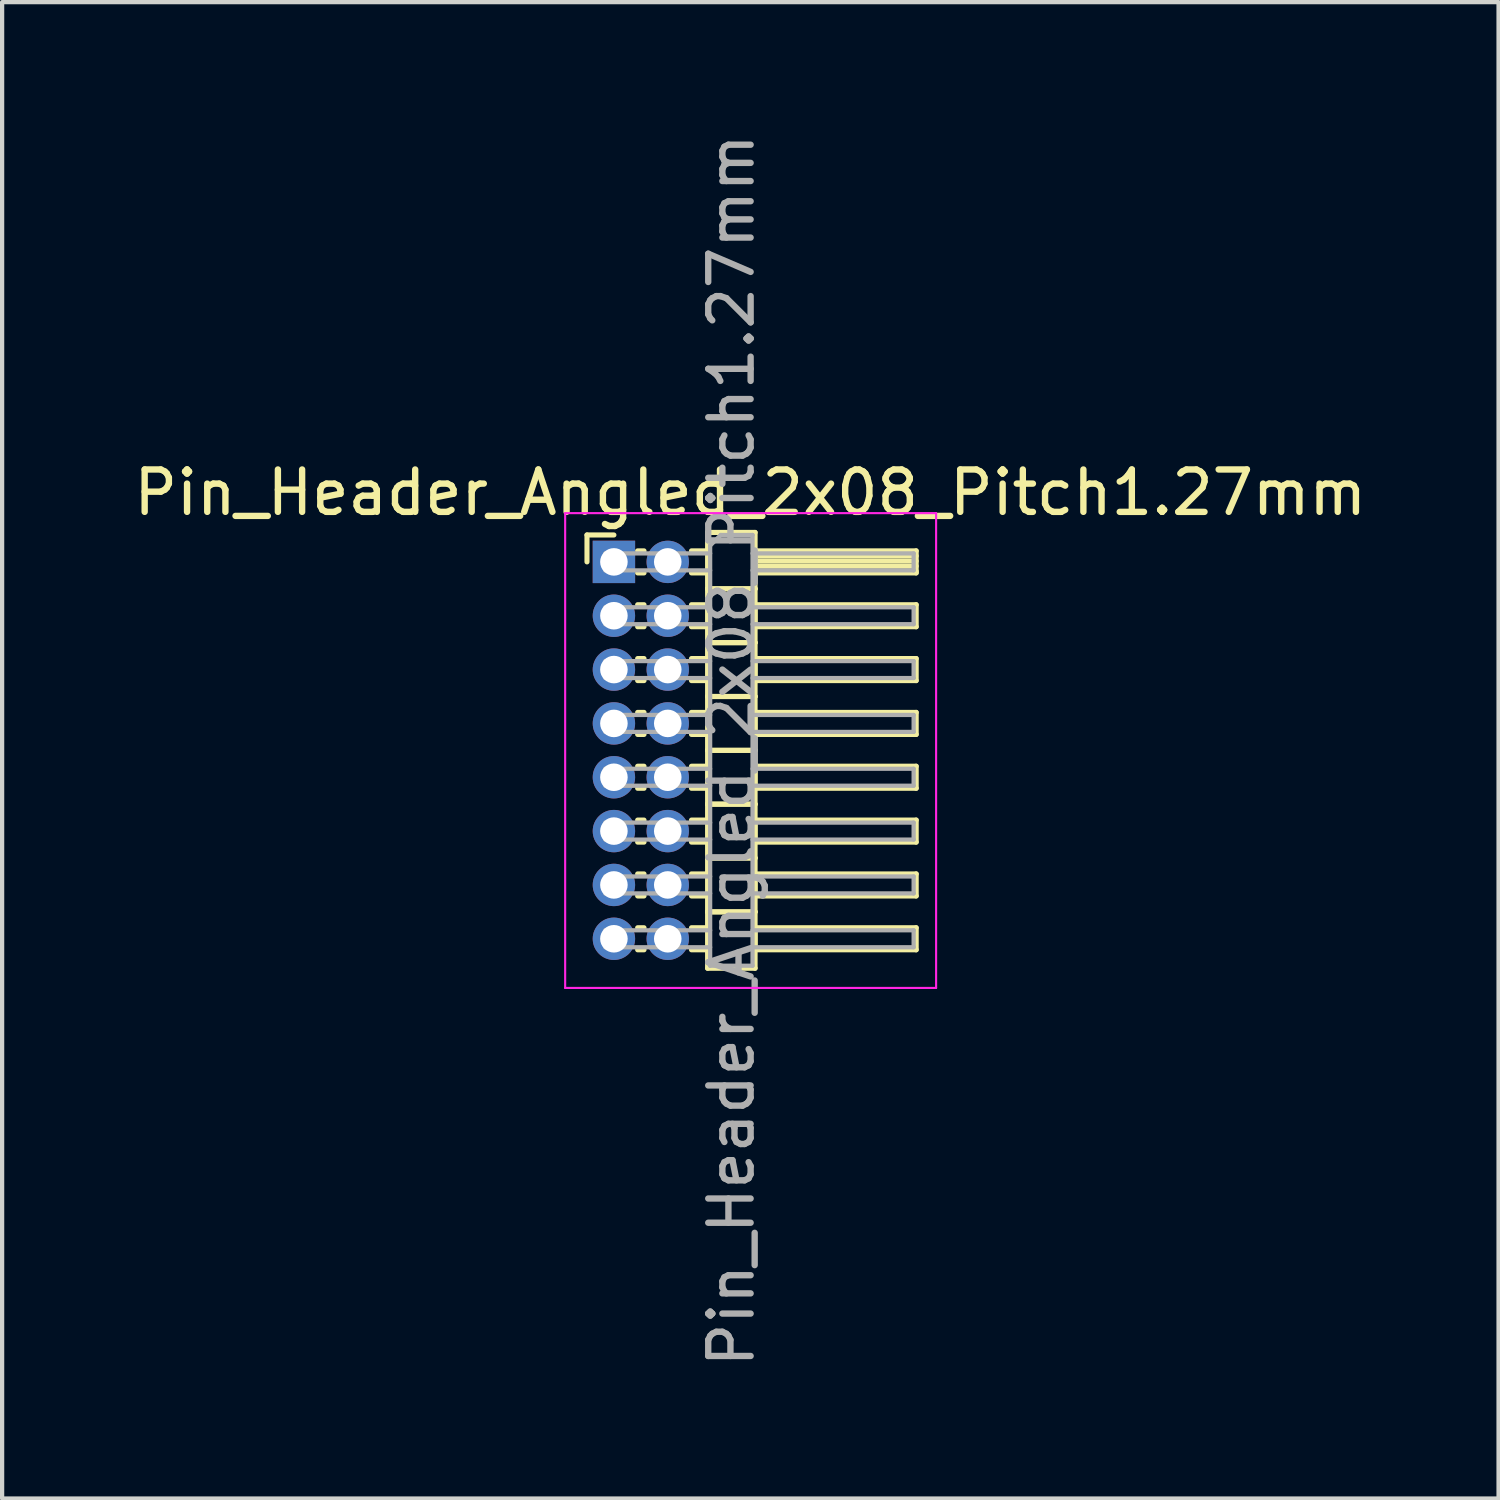
<source format=kicad_pcb>
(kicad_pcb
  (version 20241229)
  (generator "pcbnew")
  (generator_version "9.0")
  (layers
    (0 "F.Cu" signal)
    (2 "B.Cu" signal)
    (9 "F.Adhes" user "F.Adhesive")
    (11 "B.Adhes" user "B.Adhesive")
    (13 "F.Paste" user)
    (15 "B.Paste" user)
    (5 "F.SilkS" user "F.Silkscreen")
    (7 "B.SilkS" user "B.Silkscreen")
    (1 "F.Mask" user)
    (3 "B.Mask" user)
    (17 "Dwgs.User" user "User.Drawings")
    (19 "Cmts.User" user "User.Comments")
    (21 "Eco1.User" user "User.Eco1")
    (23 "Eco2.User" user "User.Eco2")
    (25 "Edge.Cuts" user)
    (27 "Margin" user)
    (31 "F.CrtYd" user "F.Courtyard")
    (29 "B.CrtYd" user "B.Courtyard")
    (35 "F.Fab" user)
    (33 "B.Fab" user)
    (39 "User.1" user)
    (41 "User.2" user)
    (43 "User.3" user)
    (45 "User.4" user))
  (footprint "Pin_Header_Angled_2x08_Pitch1.27mm"
    (layer "F.Cu")
    (at 11.431 10.204)
    (property "Reference" "Pin_Header_Angled_2x08_Pitch1.27mm" (at 3.217 -1.635 0) (layer "F.SilkS") (effects (font (size 1 1) (thickness 0.15))))
    (attr through_hole)
    (fp_line (start -0.635 -0.635) (end 0 -0.635) (stroke (width 0.12) (type solid)) (layer "F.SilkS"))
    (fp_line (start -0.635 0) (end -0.635 -0.635) (stroke (width 0.12) (type solid)) (layer "F.SilkS"))
    (fp_line (start 0.56 -0.26) (end 0.71 -0.26) (stroke (width 0.12) (type solid)) (layer "F.SilkS"))
    (fp_line (start 0.56 0.26) (end 0.71 0.26) (stroke (width 0.12) (type solid)) (layer "F.SilkS"))
    (fp_line (start 0.56 1.01) (end 0.71 1.01) (stroke (width 0.12) (type solid)) (layer "F.SilkS"))
    (fp_line (start 0.56 1.53) (end 0.71 1.53) (stroke (width 0.12) (type solid)) (layer "F.SilkS"))
    (fp_line (start 0.56 2.28) (end 0.71 2.28) (stroke (width 0.12) (type solid)) (layer "F.SilkS"))
    (fp_line (start 0.56 2.8) (end 0.71 2.8) (stroke (width 0.12) (type solid)) (layer "F.SilkS"))
    (fp_line (start 0.56 3.55) (end 0.71 3.55) (stroke (width 0.12) (type solid)) (layer "F.SilkS"))
    (fp_line (start 0.56 4.07) (end 0.71 4.07) (stroke (width 0.12) (type solid)) (layer "F.SilkS"))
    (fp_line (start 0.56 4.82) (end 0.71 4.82) (stroke (width 0.12) (type solid)) (layer "F.SilkS"))
    (fp_line (start 0.56 5.34) (end 0.71 5.34) (stroke (width 0.12) (type solid)) (layer "F.SilkS"))
    (fp_line (start 0.56 6.09) (end 0.71 6.09) (stroke (width 0.12) (type solid)) (layer "F.SilkS"))
    (fp_line (start 0.56 6.61) (end 0.71 6.61) (stroke (width 0.12) (type solid)) (layer "F.SilkS"))
    (fp_line (start 0.56 7.36) (end 0.71 7.36) (stroke (width 0.12) (type solid)) (layer "F.SilkS"))
    (fp_line (start 0.56 7.88) (end 0.71 7.88) (stroke (width 0.12) (type solid)) (layer "F.SilkS"))
    (fp_line (start 0.56 8.63) (end 0.71 8.63) (stroke (width 0.12) (type solid)) (layer "F.SilkS"))
    (fp_line (start 0.56 9.15) (end 0.71 9.15) (stroke (width 0.12) (type solid)) (layer "F.SilkS"))
    (fp_line (start 1.83 -0.26) (end 2.21 -0.26) (stroke (width 0.12) (type solid)) (layer "F.SilkS"))
    (fp_line (start 1.83 0.26) (end 2.21 0.26) (stroke (width 0.12) (type solid)) (layer "F.SilkS"))
    (fp_line (start 1.83 1.01) (end 2.21 1.01) (stroke (width 0.12) (type solid)) (layer "F.SilkS"))
    (fp_line (start 1.83 1.53) (end 2.21 1.53) (stroke (width 0.12) (type solid)) (layer "F.SilkS"))
    (fp_line (start 1.83 2.28) (end 2.21 2.28) (stroke (width 0.12) (type solid)) (layer "F.SilkS"))
    (fp_line (start 1.83 2.8) (end 2.21 2.8) (stroke (width 0.12) (type solid)) (layer "F.SilkS"))
    (fp_line (start 1.83 3.55) (end 2.21 3.55) (stroke (width 0.12) (type solid)) (layer "F.SilkS"))
    (fp_line (start 1.83 4.07) (end 2.21 4.07) (stroke (width 0.12) (type solid)) (layer "F.SilkS"))
    (fp_line (start 1.83 4.82) (end 2.21 4.82) (stroke (width 0.12) (type solid)) (layer "F.SilkS"))
    (fp_line (start 1.83 5.34) (end 2.21 5.34) (stroke (width 0.12) (type solid)) (layer "F.SilkS"))
    (fp_line (start 1.83 6.09) (end 2.21 6.09) (stroke (width 0.12) (type solid)) (layer "F.SilkS"))
    (fp_line (start 1.83 6.61) (end 2.21 6.61) (stroke (width 0.12) (type solid)) (layer "F.SilkS"))
    (fp_line (start 1.83 7.36) (end 2.21 7.36) (stroke (width 0.12) (type solid)) (layer "F.SilkS"))
    (fp_line (start 1.83 7.88) (end 2.21 7.88) (stroke (width 0.12) (type solid)) (layer "F.SilkS"))
    (fp_line (start 1.83 8.63) (end 2.21 8.63) (stroke (width 0.12) (type solid)) (layer "F.SilkS"))
    (fp_line (start 1.83 9.15) (end 2.21 9.15) (stroke (width 0.12) (type solid)) (layer "F.SilkS"))
    (fp_line (start 2.21 -0.695) (end 2.21 0.635) (stroke (width 0.12) (type solid)) (layer "F.SilkS"))
    (fp_line (start 2.21 0.635) (end 2.21 1.905) (stroke (width 0.12) (type solid)) (layer "F.SilkS"))
    (fp_line (start 2.21 0.635) (end 3.33 0.635) (stroke (width 0.12) (type solid)) (layer "F.SilkS"))
    (fp_line (start 2.21 1.905) (end 2.21 3.175) (stroke (width 0.12) (type solid)) (layer "F.SilkS"))
    (fp_line (start 2.21 1.905) (end 3.33 1.905) (stroke (width 0.12) (type solid)) (layer "F.SilkS"))
    (fp_line (start 2.21 3.175) (end 2.21 4.445) (stroke (width 0.12) (type solid)) (layer "F.SilkS"))
    (fp_line (start 2.21 3.175) (end 3.33 3.175) (stroke (width 0.12) (type solid)) (layer "F.SilkS"))
    (fp_line (start 2.21 4.445) (end 2.21 5.715) (stroke (width 0.12) (type solid)) (layer "F.SilkS"))
    (fp_line (start 2.21 4.445) (end 3.33 4.445) (stroke (width 0.12) (type solid)) (layer "F.SilkS"))
    (fp_line (start 2.21 5.715) (end 2.21 6.985) (stroke (width 0.12) (type solid)) (layer "F.SilkS"))
    (fp_line (start 2.21 5.715) (end 3.33 5.715) (stroke (width 0.12) (type solid)) (layer "F.SilkS"))
    (fp_line (start 2.21 6.985) (end 2.21 8.255) (stroke (width 0.12) (type solid)) (layer "F.SilkS"))
    (fp_line (start 2.21 6.985) (end 3.33 6.985) (stroke (width 0.12) (type solid)) (layer "F.SilkS"))
    (fp_line (start 2.21 8.255) (end 2.21 9.585) (stroke (width 0.12) (type solid)) (layer "F.SilkS"))
    (fp_line (start 2.21 8.255) (end 3.33 8.255) (stroke (width 0.12) (type solid)) (layer "F.SilkS"))
    (fp_line (start 2.21 9.585) (end 3.33 9.585) (stroke (width 0.12) (type solid)) (layer "F.SilkS"))
    (fp_line (start 3.33 -0.695) (end 2.21 -0.695) (stroke (width 0.12) (type solid)) (layer "F.SilkS"))
    (fp_line (start 3.33 -0.26) (end 3.33 0.26) (stroke (width 0.12) (type solid)) (layer "F.SilkS"))
    (fp_line (start 3.33 -0.14) (end 7.13 -0.14) (stroke (width 0.12) (type solid)) (layer "F.SilkS"))
    (fp_line (start 3.33 -0.02) (end 7.13 -0.02) (stroke (width 0.12) (type solid)) (layer "F.SilkS"))
    (fp_line (start 3.33 0.1) (end 7.13 0.1) (stroke (width 0.12) (type solid)) (layer "F.SilkS"))
    (fp_line (start 3.33 0.22) (end 7.13 0.22) (stroke (width 0.12) (type solid)) (layer "F.SilkS"))
    (fp_line (start 3.33 0.26) (end 7.13 0.26) (stroke (width 0.12) (type solid)) (layer "F.SilkS"))
    (fp_line (start 3.33 0.635) (end 2.21 0.635) (stroke (width 0.12) (type solid)) (layer "F.SilkS"))
    (fp_line (start 3.33 0.635) (end 3.33 -0.695) (stroke (width 0.12) (type solid)) (layer "F.SilkS"))
    (fp_line (start 3.33 1.01) (end 3.33 1.53) (stroke (width 0.12) (type solid)) (layer "F.SilkS"))
    (fp_line (start 3.33 1.53) (end 7.13 1.53) (stroke (width 0.12) (type solid)) (layer "F.SilkS"))
    (fp_line (start 3.33 1.905) (end 2.21 1.905) (stroke (width 0.12) (type solid)) (layer "F.SilkS"))
    (fp_line (start 3.33 1.905) (end 3.33 0.635) (stroke (width 0.12) (type solid)) (layer "F.SilkS"))
    (fp_line (start 3.33 2.28) (end 3.33 2.8) (stroke (width 0.12) (type solid)) (layer "F.SilkS"))
    (fp_line (start 3.33 2.8) (end 7.13 2.8) (stroke (width 0.12) (type solid)) (layer "F.SilkS"))
    (fp_line (start 3.33 3.175) (end 2.21 3.175) (stroke (width 0.12) (type solid)) (layer "F.SilkS"))
    (fp_line (start 3.33 3.175) (end 3.33 1.905) (stroke (width 0.12) (type solid)) (layer "F.SilkS"))
    (fp_line (start 3.33 3.55) (end 3.33 4.07) (stroke (width 0.12) (type solid)) (layer "F.SilkS"))
    (fp_line (start 3.33 4.07) (end 7.13 4.07) (stroke (width 0.12) (type solid)) (layer "F.SilkS"))
    (fp_line (start 3.33 4.445) (end 2.21 4.445) (stroke (width 0.12) (type solid)) (layer "F.SilkS"))
    (fp_line (start 3.33 4.445) (end 3.33 3.175) (stroke (width 0.12) (type solid)) (layer "F.SilkS"))
    (fp_line (start 3.33 4.82) (end 3.33 5.34) (stroke (width 0.12) (type solid)) (layer "F.SilkS"))
    (fp_line (start 3.33 5.34) (end 7.13 5.34) (stroke (width 0.12) (type solid)) (layer "F.SilkS"))
    (fp_line (start 3.33 5.715) (end 2.21 5.715) (stroke (width 0.12) (type solid)) (layer "F.SilkS"))
    (fp_line (start 3.33 5.715) (end 3.33 4.445) (stroke (width 0.12) (type solid)) (layer "F.SilkS"))
    (fp_line (start 3.33 6.09) (end 3.33 6.61) (stroke (width 0.12) (type solid)) (layer "F.SilkS"))
    (fp_line (start 3.33 6.61) (end 7.13 6.61) (stroke (width 0.12) (type solid)) (layer "F.SilkS"))
    (fp_line (start 3.33 6.985) (end 2.21 6.985) (stroke (width 0.12) (type solid)) (layer "F.SilkS"))
    (fp_line (start 3.33 6.985) (end 3.33 5.715) (stroke (width 0.12) (type solid)) (layer "F.SilkS"))
    (fp_line (start 3.33 7.36) (end 3.33 7.88) (stroke (width 0.12) (type solid)) (layer "F.SilkS"))
    (fp_line (start 3.33 7.88) (end 7.13 7.88) (stroke (width 0.12) (type solid)) (layer "F.SilkS"))
    (fp_line (start 3.33 8.255) (end 2.21 8.255) (stroke (width 0.12) (type solid)) (layer "F.SilkS"))
    (fp_line (start 3.33 8.255) (end 3.33 6.985) (stroke (width 0.12) (type solid)) (layer "F.SilkS"))
    (fp_line (start 3.33 8.63) (end 3.33 9.15) (stroke (width 0.12) (type solid)) (layer "F.SilkS"))
    (fp_line (start 3.33 9.15) (end 7.13 9.15) (stroke (width 0.12) (type solid)) (layer "F.SilkS"))
    (fp_line (start 3.33 9.585) (end 3.33 8.255) (stroke (width 0.12) (type solid)) (layer "F.SilkS"))
    (fp_line (start 7.13 -0.26) (end 3.33 -0.26) (stroke (width 0.12) (type solid)) (layer "F.SilkS"))
    (fp_line (start 7.13 0.26) (end 7.13 -0.26) (stroke (width 0.12) (type solid)) (layer "F.SilkS"))
    (fp_line (start 7.13 1.01) (end 3.33 1.01) (stroke (width 0.12) (type solid)) (layer "F.SilkS"))
    (fp_line (start 7.13 1.53) (end 7.13 1.01) (stroke (width 0.12) (type solid)) (layer "F.SilkS"))
    (fp_line (start 7.13 2.28) (end 3.33 2.28) (stroke (width 0.12) (type solid)) (layer "F.SilkS"))
    (fp_line (start 7.13 2.8) (end 7.13 2.28) (stroke (width 0.12) (type solid)) (layer "F.SilkS"))
    (fp_line (start 7.13 3.55) (end 3.33 3.55) (stroke (width 0.12) (type solid)) (layer "F.SilkS"))
    (fp_line (start 7.13 4.07) (end 7.13 3.55) (stroke (width 0.12) (type solid)) (layer "F.SilkS"))
    (fp_line (start 7.13 4.82) (end 3.33 4.82) (stroke (width 0.12) (type solid)) (layer "F.SilkS"))
    (fp_line (start 7.13 5.34) (end 7.13 4.82) (stroke (width 0.12) (type solid)) (layer "F.SilkS"))
    (fp_line (start 7.13 6.09) (end 3.33 6.09) (stroke (width 0.12) (type solid)) (layer "F.SilkS"))
    (fp_line (start 7.13 6.61) (end 7.13 6.09) (stroke (width 0.12) (type solid)) (layer "F.SilkS"))
    (fp_line (start 7.13 7.36) (end 3.33 7.36) (stroke (width 0.12) (type solid)) (layer "F.SilkS"))
    (fp_line (start 7.13 7.88) (end 7.13 7.36) (stroke (width 0.12) (type solid)) (layer "F.SilkS"))
    (fp_line (start 7.13 8.63) (end 3.33 8.63) (stroke (width 0.12) (type solid)) (layer "F.SilkS"))
    (fp_line (start 7.13 9.15) (end 7.13 8.63) (stroke (width 0.12) (type solid)) (layer "F.SilkS"))
    (fp_line (start -1.15 -1.15) (end -1.15 10.05) (stroke (width 0.05) (type solid)) (layer "F.CrtYd"))
    (fp_line (start -1.15 10.05) (end 7.6 10.05) (stroke (width 0.05) (type solid)) (layer "F.CrtYd"))
    (fp_line (start 7.6 -1.15) (end -1.15 -1.15) (stroke (width 0.05) (type solid)) (layer "F.CrtYd"))
    (fp_line (start 7.6 10.05) (end 7.6 -1.15) (stroke (width 0.05) (type solid)) (layer "F.CrtYd"))
    (fp_line (start -0.2 -0.2) (end -0.2 0.2) (stroke (width 0.1) (type solid)) (layer "F.Fab"))
    (fp_line (start -0.2 -0.2) (end 2.27 -0.2) (stroke (width 0.1) (type solid)) (layer "F.Fab"))
    (fp_line (start -0.2 0.2) (end 2.27 0.2) (stroke (width 0.1) (type solid)) (layer "F.Fab"))
    (fp_line (start -0.2 1.07) (end -0.2 1.47) (stroke (width 0.1) (type solid)) (layer "F.Fab"))
    (fp_line (start -0.2 1.07) (end 2.27 1.07) (stroke (width 0.1) (type solid)) (layer "F.Fab"))
    (fp_line (start -0.2 1.47) (end 2.27 1.47) (stroke (width 0.1) (type solid)) (layer "F.Fab"))
    (fp_line (start -0.2 2.34) (end -0.2 2.74) (stroke (width 0.1) (type solid)) (layer "F.Fab"))
    (fp_line (start -0.2 2.34) (end 2.27 2.34) (stroke (width 0.1) (type solid)) (layer "F.Fab"))
    (fp_line (start -0.2 2.74) (end 2.27 2.74) (stroke (width 0.1) (type solid)) (layer "F.Fab"))
    (fp_line (start -0.2 3.61) (end -0.2 4.01) (stroke (width 0.1) (type solid)) (layer "F.Fab"))
    (fp_line (start -0.2 3.61) (end 2.27 3.61) (stroke (width 0.1) (type solid)) (layer "F.Fab"))
    (fp_line (start -0.2 4.01) (end 2.27 4.01) (stroke (width 0.1) (type solid)) (layer "F.Fab"))
    (fp_line (start -0.2 4.88) (end -0.2 5.28) (stroke (width 0.1) (type solid)) (layer "F.Fab"))
    (fp_line (start -0.2 4.88) (end 2.27 4.88) (stroke (width 0.1) (type solid)) (layer "F.Fab"))
    (fp_line (start -0.2 5.28) (end 2.27 5.28) (stroke (width 0.1) (type solid)) (layer "F.Fab"))
    (fp_line (start -0.2 6.15) (end -0.2 6.55) (stroke (width 0.1) (type solid)) (layer "F.Fab"))
    (fp_line (start -0.2 6.15) (end 2.27 6.15) (stroke (width 0.1) (type solid)) (layer "F.Fab"))
    (fp_line (start -0.2 6.55) (end 2.27 6.55) (stroke (width 0.1) (type solid)) (layer "F.Fab"))
    (fp_line (start -0.2 7.42) (end -0.2 7.82) (stroke (width 0.1) (type solid)) (layer "F.Fab"))
    (fp_line (start -0.2 7.42) (end 2.27 7.42) (stroke (width 0.1) (type solid)) (layer "F.Fab"))
    (fp_line (start -0.2 7.82) (end 2.27 7.82) (stroke (width 0.1) (type solid)) (layer "F.Fab"))
    (fp_line (start -0.2 8.69) (end -0.2 9.09) (stroke (width 0.1) (type solid)) (layer "F.Fab"))
    (fp_line (start -0.2 8.69) (end 2.27 8.69) (stroke (width 0.1) (type solid)) (layer "F.Fab"))
    (fp_line (start -0.2 9.09) (end 2.27 9.09) (stroke (width 0.1) (type solid)) (layer "F.Fab"))
    (fp_line (start 2.27 -0.385) (end 2.52 -0.635) (stroke (width 0.1) (type solid)) (layer "F.Fab"))
    (fp_line (start 2.27 9.525) (end 2.27 -0.385) (stroke (width 0.1) (type solid)) (layer "F.Fab"))
    (fp_line (start 2.52 -0.635) (end 3.27 -0.635) (stroke (width 0.1) (type solid)) (layer "F.Fab"))
    (fp_line (start 3.27 -0.635) (end 3.27 9.525) (stroke (width 0.1) (type solid)) (layer "F.Fab"))
    (fp_line (start 3.27 -0.2) (end 7.07 -0.2) (stroke (width 0.1) (type solid)) (layer "F.Fab"))
    (fp_line (start 3.27 0.2) (end 7.07 0.2) (stroke (width 0.1) (type solid)) (layer "F.Fab"))
    (fp_line (start 3.27 1.07) (end 7.07 1.07) (stroke (width 0.1) (type solid)) (layer "F.Fab"))
    (fp_line (start 3.27 1.47) (end 7.07 1.47) (stroke (width 0.1) (type solid)) (layer "F.Fab"))
    (fp_line (start 3.27 2.34) (end 7.07 2.34) (stroke (width 0.1) (type solid)) (layer "F.Fab"))
    (fp_line (start 3.27 2.74) (end 7.07 2.74) (stroke (width 0.1) (type solid)) (layer "F.Fab"))
    (fp_line (start 3.27 3.61) (end 7.07 3.61) (stroke (width 0.1) (type solid)) (layer "F.Fab"))
    (fp_line (start 3.27 4.01) (end 7.07 4.01) (stroke (width 0.1) (type solid)) (layer "F.Fab"))
    (fp_line (start 3.27 4.88) (end 7.07 4.88) (stroke (width 0.1) (type solid)) (layer "F.Fab"))
    (fp_line (start 3.27 5.28) (end 7.07 5.28) (stroke (width 0.1) (type solid)) (layer "F.Fab"))
    (fp_line (start 3.27 6.15) (end 7.07 6.15) (stroke (width 0.1) (type solid)) (layer "F.Fab"))
    (fp_line (start 3.27 6.55) (end 7.07 6.55) (stroke (width 0.1) (type solid)) (layer "F.Fab"))
    (fp_line (start 3.27 7.42) (end 7.07 7.42) (stroke (width 0.1) (type solid)) (layer "F.Fab"))
    (fp_line (start 3.27 7.82) (end 7.07 7.82) (stroke (width 0.1) (type solid)) (layer "F.Fab"))
    (fp_line (start 3.27 8.69) (end 7.07 8.69) (stroke (width 0.1) (type solid)) (layer "F.Fab"))
    (fp_line (start 3.27 9.09) (end 7.07 9.09) (stroke (width 0.1) (type solid)) (layer "F.Fab"))
    (fp_line (start 3.27 9.525) (end 2.27 9.525) (stroke (width 0.1) (type solid)) (layer "F.Fab"))
    (fp_line (start 7.07 -0.2) (end 7.07 0.2) (stroke (width 0.1) (type solid)) (layer "F.Fab"))
    (fp_line (start 7.07 1.07) (end 7.07 1.47) (stroke (width 0.1) (type solid)) (layer "F.Fab"))
    (fp_line (start 7.07 2.34) (end 7.07 2.74) (stroke (width 0.1) (type solid)) (layer "F.Fab"))
    (fp_line (start 7.07 3.61) (end 7.07 4.01) (stroke (width 0.1) (type solid)) (layer "F.Fab"))
    (fp_line (start 7.07 4.88) (end 7.07 5.28) (stroke (width 0.1) (type solid)) (layer "F.Fab"))
    (fp_line (start 7.07 6.15) (end 7.07 6.55) (stroke (width 0.1) (type solid)) (layer "F.Fab"))
    (fp_line (start 7.07 7.42) (end 7.07 7.82) (stroke (width 0.1) (type solid)) (layer "F.Fab"))
    (fp_line (start 7.07 8.69) (end 7.07 9.09) (stroke (width 0.1) (type solid)) (layer "F.Fab"))
    (fp_text user "${REFERENCE}" (at 2.77 4.445 90) (layer "F.Fab") (effects (font (size 1 1) (thickness 0.15))))
    (pad "1" thru_hole rect (at 0 0) (size 1 1) (drill 0.65) (layers "*.Cu" "*.Mask"))
    (pad "2" thru_hole oval (at 1.27 0) (size 1 1) (drill 0.65) (layers "*.Cu" "*.Mask"))
    (pad "3" thru_hole oval (at 0 1.27) (size 1 1) (drill 0.65) (layers "*.Cu" "*.Mask"))
    (pad "4" thru_hole oval (at 1.27 1.27) (size 1 1) (drill 0.65) (layers "*.Cu" "*.Mask"))
    (pad "5" thru_hole oval (at 0 2.54) (size 1 1) (drill 0.65) (layers "*.Cu" "*.Mask"))
    (pad "6" thru_hole oval (at 1.27 2.54) (size 1 1) (drill 0.65) (layers "*.Cu" "*.Mask"))
    (pad "7" thru_hole oval (at 0 3.81) (size 1 1) (drill 0.65) (layers "*.Cu" "*.Mask"))
    (pad "8" thru_hole oval (at 1.27 3.81) (size 1 1) (drill 0.65) (layers "*.Cu" "*.Mask"))
    (pad "9" thru_hole oval (at 0 5.08) (size 1 1) (drill 0.65) (layers "*.Cu" "*.Mask"))
    (pad "10" thru_hole oval (at 1.27 5.08) (size 1 1) (drill 0.65) (layers "*.Cu" "*.Mask"))
    (pad "11" thru_hole oval (at 0 6.35) (size 1 1) (drill 0.65) (layers "*.Cu" "*.Mask"))
    (pad "12" thru_hole oval (at 1.27 6.35) (size 1 1) (drill 0.65) (layers "*.Cu" "*.Mask"))
    (pad "13" thru_hole oval (at 0 7.62) (size 1 1) (drill 0.65) (layers "*.Cu" "*.Mask"))
    (pad "14" thru_hole oval (at 1.27 7.62) (size 1 1) (drill 0.65) (layers "*.Cu" "*.Mask"))
    (pad "15" thru_hole oval (at 0 8.89) (size 1 1) (drill 0.65) (layers "*.Cu" "*.Mask"))
    (pad "16" thru_hole oval (at 1.27 8.89) (size 1 1) (drill 0.65) (layers "*.Cu" "*.Mask")))
  (gr_rect
    (start -3 -3)
    (end 32.298 32.298)
    (stroke (width 0.1) (type default))
    (fill no)
    (layer "Edge.Cuts")))
</source>
